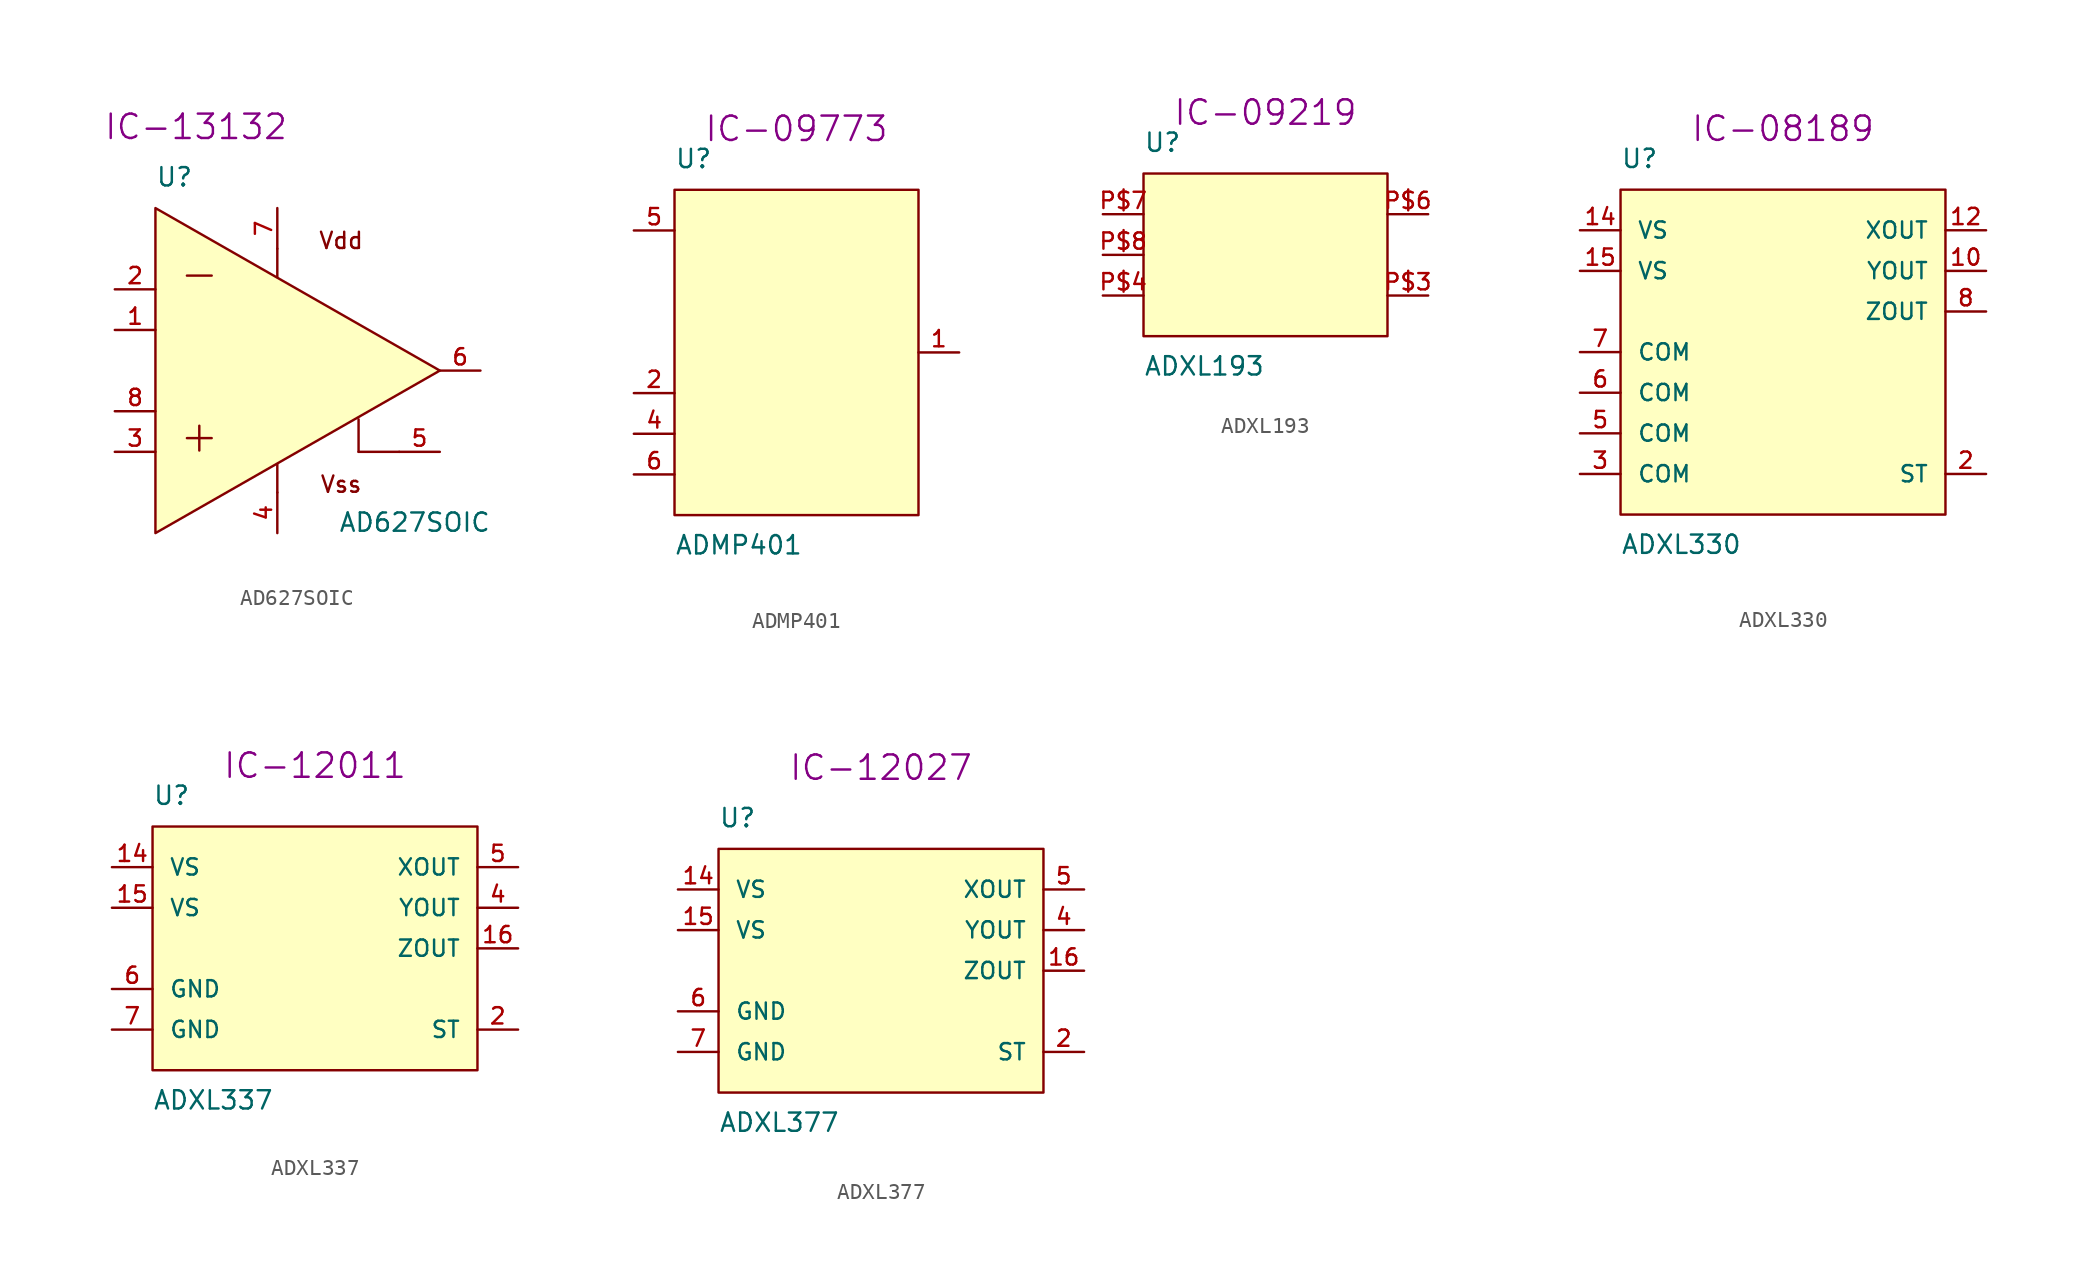
<source format=kicad_sym>
(kicad_symbol_lib
  (version 20220914)
  (generator kicad_symbol_editor)
  (symbol "AD627SOIC"
    (pin_names
      (offset 1.016) hide)
    (property "Reference" "U"
      (at -2.54 8.89 0)
      (effects (font (size 1.143 1.143)) (justify left bottom)))
    (property "Value" "AD627SOIC"
      (at 8.89 -12.7 0)
      (effects (font (size 1.143 1.143)) (justify left bottom)))
    (property "Field4" "IC-13132"
      (at 0 12.7 0)
      (effects (font (size 1.524 1.524))))
    (property "ki_locked" ""
      (at 0 0 0)
      (effects (font (size 1.27 1.27))))
    (symbol "AD627SOIC_1_0"
      (polyline (pts (xy 5.08 -10.16) (xy 5.08 -8.382)) (stroke (width 0) (type solid)) (fill (type none)))
      (polyline (pts (xy 5.08 5.08) (xy 5.08 3.302)) (stroke (width 0) (type solid)) (fill (type none)))
      (polyline (pts (xy 10.16 -7.62) (xy 10.16 -5.588)) (stroke (width 0) (type solid)) (fill (type none)))
      (polyline (pts (xy 12.7 -7.62) (xy 10.16 -7.62)) (stroke (width 0) (type solid)) (fill (type none)))
      (text "+" (at 0.203 -6.604 0) (effects (font (size 2.032 2.032))))
      (text "-" (at 0.203 3.556 0) (effects (font (size 2.032 2.032))))
      (text "Vdd" (at 9.068 5.588 0) (effects (font (size 1.016 1.016))))
      (text "Vss" (at 9.068 -9.652 0) (effects (font (size 1.016 1.016)))))
    (symbol "AD627SOIC_1_1"
      (polyline (pts (xy -2.54 7.62) (xy -2.54 -12.7) (xy 15.24 -2.54) (xy -2.54 7.62)) (stroke (width 0) (type solid)) (fill (type background)))
      (pin bidirectional line (at -5.08 0 0) (length 2.54) (name "RG" (effects (font (size 1.016 1.016)))) (number "1" (effects (font (size 1.016 1.016)))))
      (pin bidirectional line (at -5.08 2.54 0) (length 2.54) (name "IN-" (effects (font (size 1.016 1.016)))) (number "2" (effects (font (size 1.016 1.016)))))
      (pin bidirectional line (at -5.08 -7.62 0) (length 2.54) (name "IN+" (effects (font (size 1.016 1.016)))) (number "3" (effects (font (size 1.016 1.016)))))
      (pin bidirectional line (at 5.08 -12.7 90) (length 2.54) (name "VS-" (effects (font (size 1.016 1.016)))) (number "4" (effects (font (size 1.016 1.016)))))
      (pin bidirectional line (at 15.24 -7.62 180) (length 2.54) (name "REF" (effects (font (size 1.016 1.016)))) (number "5" (effects (font (size 1.016 1.016)))))
      (pin bidirectional line (at 17.78 -2.54 180) (length 2.54) (name "OUTPUT" (effects (font (size 1.016 1.016)))) (number "6" (effects (font (size 1.016 1.016)))))
      (pin bidirectional line (at 5.08 7.62 270) (length 2.54) (name "VS+" (effects (font (size 1.016 1.016)))) (number "7" (effects (font (size 1.016 1.016)))))
      (pin bidirectional line (at -5.08 -5.08 0) (length 2.54) (name "RG" (effects (font (size 1.016 1.016)))) (number "8" (effects (font (size 1.016 1.016)))))))
  (symbol "ADMP401"
    (pin_names
      (offset 1.016) hide)
    (property "Reference" "U"
      (at -7.62 11.43 0)
      (effects (font (size 1.143 1.143)) (justify left bottom)))
    (property "Value" "ADMP401"
      (at -7.62 -12.7 0)
      (effects (font (size 1.143 1.143)) (justify left bottom)))
    (property "Field4" "IC-09773"
      (at 0 13.97 0)
      (effects (font (size 1.524 1.524))))
    (property "ki_locked" ""
      (at 0 0 0)
      (effects (font (size 1.27 1.27))))
    (symbol "ADMP401_1_1"
      (polyline (pts (xy -7.62 10.16) (xy -7.62 -10.16) (xy 7.62 -10.16) (xy 7.62 10.16) (xy -7.62 10.16)) (stroke (width 0) (type solid)) (fill (type background)))
      (pin bidirectional line (at 10.16 0 180) (length 2.54) (name "OUT" (effects (font (size 1.016 1.016)))) (number "1" (effects (font (size 1.016 1.016)))))
      (pin bidirectional line (at -10.16 -2.54 0) (length 2.54) (name "GND" (effects (font (size 1.016 1.016)))) (number "2" (effects (font (size 1.016 1.016)))))
      (pin bidirectional line (at -10.16 -5.08 0) (length 2.54) (name "GND" (effects (font (size 1.016 1.016)))) (number "4" (effects (font (size 1.016 1.016)))))
      (pin bidirectional line (at -10.16 7.62 0) (length 2.54) (name "VDD" (effects (font (size 1.016 1.016)))) (number "5" (effects (font (size 1.016 1.016)))))
      (pin bidirectional line (at -10.16 -7.62 0) (length 2.54) (name "GND" (effects (font (size 1.016 1.016)))) (number "6" (effects (font (size 1.016 1.016)))))))
  (symbol "ADXL193"
    (pin_names
      (offset 1.016) hide)
    (property "Reference" "U"
      (at -7.62 6.35 0)
      (effects (font (size 1.143 1.143)) (justify left bottom)))
    (property "Value" "ADXL193"
      (at -7.62 -7.62 0)
      (effects (font (size 1.143 1.143)) (justify left bottom)))
    (property "Field4" "IC-09219"
      (at 0 8.89 0)
      (effects (font (size 1.524 1.524))))
    (property "ki_locked" ""
      (at 0 0 0)
      (effects (font (size 1.27 1.27))))
    (symbol "ADXL193_1_1"
      (polyline (pts (xy -7.62 -5.08) (xy -7.62 5.08) (xy 7.62 5.08) (xy 7.62 -5.08) (xy -7.62 -5.08)) (stroke (width 0) (type solid)) (fill (type background)))
      (pin bidirectional line (at 10.16 -2.54 180) (length 2.54) (name "GND" (effects (font (size 1.016 1.016)))) (number "P$3" (effects (font (size 1.016 1.016)))))
      (pin bidirectional line (at -10.16 -2.54 0) (length 2.54) (name "ST" (effects (font (size 1.016 1.016)))) (number "P$4" (effects (font (size 1.016 1.016)))))
      (pin bidirectional line (at 10.16 2.54 180) (length 2.54) (name "OUT" (effects (font (size 1.016 1.016)))) (number "P$6" (effects (font (size 1.016 1.016)))))
      (pin bidirectional line (at -10.16 2.54 0) (length 2.54) (name "VDD" (effects (font (size 1.016 1.016)))) (number "P$7" (effects (font (size 1.016 1.016)))))
      (pin bidirectional line (at -10.16 0 0) (length 2.54) (name "VDD2" (effects (font (size 1.016 1.016)))) (number "P$8" (effects (font (size 1.016 1.016)))))))
  (symbol "ADXL330"
    (pin_names
      (offset 1.016))
    (property "Reference" "U"
      (at -10.16 11.43 0)
      (effects (font (size 1.143 1.143)) (justify left bottom)))
    (property "Value" "ADXL330"
      (at -10.16 -12.7 0)
      (effects (font (size 1.143 1.143)) (justify left bottom)))
    (property "Field4" "IC-08189"
      (at 0 13.97 0)
      (effects (font (size 1.524 1.524))))
    (property "ki_locked" ""
      (at 0 0 0)
      (effects (font (size 1.27 1.27))))
    (symbol "ADXL330_1_1"
      (polyline (pts (xy -10.16 10.16) (xy 10.16 10.16) (xy 10.16 -10.16) (xy -10.16 -10.16) (xy -10.16 10.16)) (stroke (width 0) (type solid)) (fill (type background)))
      (pin bidirectional line (at 12.7 5.08 180) (length 2.54) (name "YOUT" (effects (font (size 1.016 1.016)))) (number "10" (effects (font (size 1.016 1.016)))))
      (pin bidirectional line (at 12.7 7.62 180) (length 2.54) (name "XOUT" (effects (font (size 1.016 1.016)))) (number "12" (effects (font (size 1.016 1.016)))))
      (pin bidirectional line (at -12.7 7.62 0) (length 2.54) (name "VS" (effects (font (size 1.016 1.016)))) (number "14" (effects (font (size 1.016 1.016)))))
      (pin bidirectional line (at -12.7 5.08 0) (length 2.54) (name "VS" (effects (font (size 1.016 1.016)))) (number "15" (effects (font (size 1.016 1.016)))))
      (pin bidirectional line (at 12.7 -7.62 180) (length 2.54) (name "ST" (effects (font (size 1.016 1.016)))) (number "2" (effects (font (size 1.016 1.016)))))
      (pin bidirectional line (at -12.7 -7.62 0) (length 2.54) (name "COM" (effects (font (size 1.016 1.016)))) (number "3" (effects (font (size 1.016 1.016)))))
      (pin bidirectional line (at -12.7 -5.08 0) (length 2.54) (name "COM" (effects (font (size 1.016 1.016)))) (number "5" (effects (font (size 1.016 1.016)))))
      (pin bidirectional line (at -12.7 -2.54 0) (length 2.54) (name "COM" (effects (font (size 1.016 1.016)))) (number "6" (effects (font (size 1.016 1.016)))))
      (pin bidirectional line (at -12.7 0 0) (length 2.54) (name "COM" (effects (font (size 1.016 1.016)))) (number "7" (effects (font (size 1.016 1.016)))))
      (pin bidirectional line (at 12.7 2.54 180) (length 2.54) (name "ZOUT" (effects (font (size 1.016 1.016)))) (number "8" (effects (font (size 1.016 1.016)))))))
  (symbol "ADXL337"
    (pin_names
      (offset 1.016))
    (property "Reference" "U"
      (at -10.16 8.89 0)
      (effects (font (size 1.143 1.143)) (justify left bottom)))
    (property "Value" "ADXL337"
      (at -10.16 -10.16 0)
      (effects (font (size 1.143 1.143)) (justify left bottom)))
    (property "Field4" "IC-12011"
      (at 0 11.43 0)
      (effects (font (size 1.524 1.524))))
    (property "ki_locked" ""
      (at 0 0 0)
      (effects (font (size 1.27 1.27))))
    (symbol "ADXL337_1_1"
      (polyline (pts (xy -10.16 7.62) (xy 10.16 7.62) (xy 10.16 -7.62) (xy -10.16 -7.62) (xy -10.16 7.62)) (stroke (width 0) (type solid)) (fill (type background)))
      (pin bidirectional line (at -12.7 5.08 0) (length 2.54) (name "VS" (effects (font (size 1.016 1.016)))) (number "14" (effects (font (size 1.016 1.016)))))
      (pin bidirectional line (at -12.7 2.54 0) (length 2.54) (name "VS" (effects (font (size 1.016 1.016)))) (number "15" (effects (font (size 1.016 1.016)))))
      (pin bidirectional line (at 12.7 0 180) (length 2.54) (name "ZOUT" (effects (font (size 1.016 1.016)))) (number "16" (effects (font (size 1.016 1.016)))))
      (pin bidirectional line (at 12.7 -5.08 180) (length 2.54) (name "ST" (effects (font (size 1.016 1.016)))) (number "2" (effects (font (size 1.016 1.016)))))
      (pin bidirectional line (at 12.7 2.54 180) (length 2.54) (name "YOUT" (effects (font (size 1.016 1.016)))) (number "4" (effects (font (size 1.016 1.016)))))
      (pin bidirectional line (at 12.7 5.08 180) (length 2.54) (name "XOUT" (effects (font (size 1.016 1.016)))) (number "5" (effects (font (size 1.016 1.016)))))
      (pin bidirectional line (at -12.7 -2.54 0) (length 2.54) (name "GND" (effects (font (size 1.016 1.016)))) (number "6" (effects (font (size 1.016 1.016)))))
      (pin bidirectional line (at -12.7 -5.08 0) (length 2.54) (name "GND" (effects (font (size 1.016 1.016)))) (number "7" (effects (font (size 1.016 1.016)))))))
  (symbol "ADXL377"
    (pin_names
      (offset 1.016))
    (property "Reference" "U"
      (at -10.16 8.89 0)
      (effects (font (size 1.143 1.143)) (justify left bottom)))
    (property "Value" "ADXL377"
      (at -10.16 -10.16 0)
      (effects (font (size 1.143 1.143)) (justify left bottom)))
    (property "Field4" "IC-12027"
      (at 0 12.7 0)
      (effects (font (size 1.524 1.524))))
    (property "ki_locked" ""
      (at 0 0 0)
      (effects (font (size 1.27 1.27))))
    (symbol "ADXL377_1_1"
      (polyline (pts (xy -10.16 7.62) (xy 10.16 7.62) (xy 10.16 -7.62) (xy -10.16 -7.62) (xy -10.16 7.62)) (stroke (width 0) (type solid)) (fill (type background)))
      (pin bidirectional line (at -12.7 5.08 0) (length 2.54) (name "VS" (effects (font (size 1.016 1.016)))) (number "14" (effects (font (size 1.016 1.016)))))
      (pin bidirectional line (at -12.7 2.54 0) (length 2.54) (name "VS" (effects (font (size 1.016 1.016)))) (number "15" (effects (font (size 1.016 1.016)))))
      (pin bidirectional line (at 12.7 0 180) (length 2.54) (name "ZOUT" (effects (font (size 1.016 1.016)))) (number "16" (effects (font (size 1.016 1.016)))))
      (pin bidirectional line (at 12.7 -5.08 180) (length 2.54) (name "ST" (effects (font (size 1.016 1.016)))) (number "2" (effects (font (size 1.016 1.016)))))
      (pin bidirectional line (at 12.7 2.54 180) (length 2.54) (name "YOUT" (effects (font (size 1.016 1.016)))) (number "4" (effects (font (size 1.016 1.016)))))
      (pin bidirectional line (at 12.7 5.08 180) (length 2.54) (name "XOUT" (effects (font (size 1.016 1.016)))) (number "5" (effects (font (size 1.016 1.016)))))
      (pin bidirectional line (at -12.7 -2.54 0) (length 2.54) (name "GND" (effects (font (size 1.016 1.016)))) (number "6" (effects (font (size 1.016 1.016)))))
      (pin bidirectional line (at -12.7 -5.08 0) (length 2.54) (name "GND" (effects (font (size 1.016 1.016)))) (number "7" (effects (font (size 1.016 1.016))))))))
</source>
